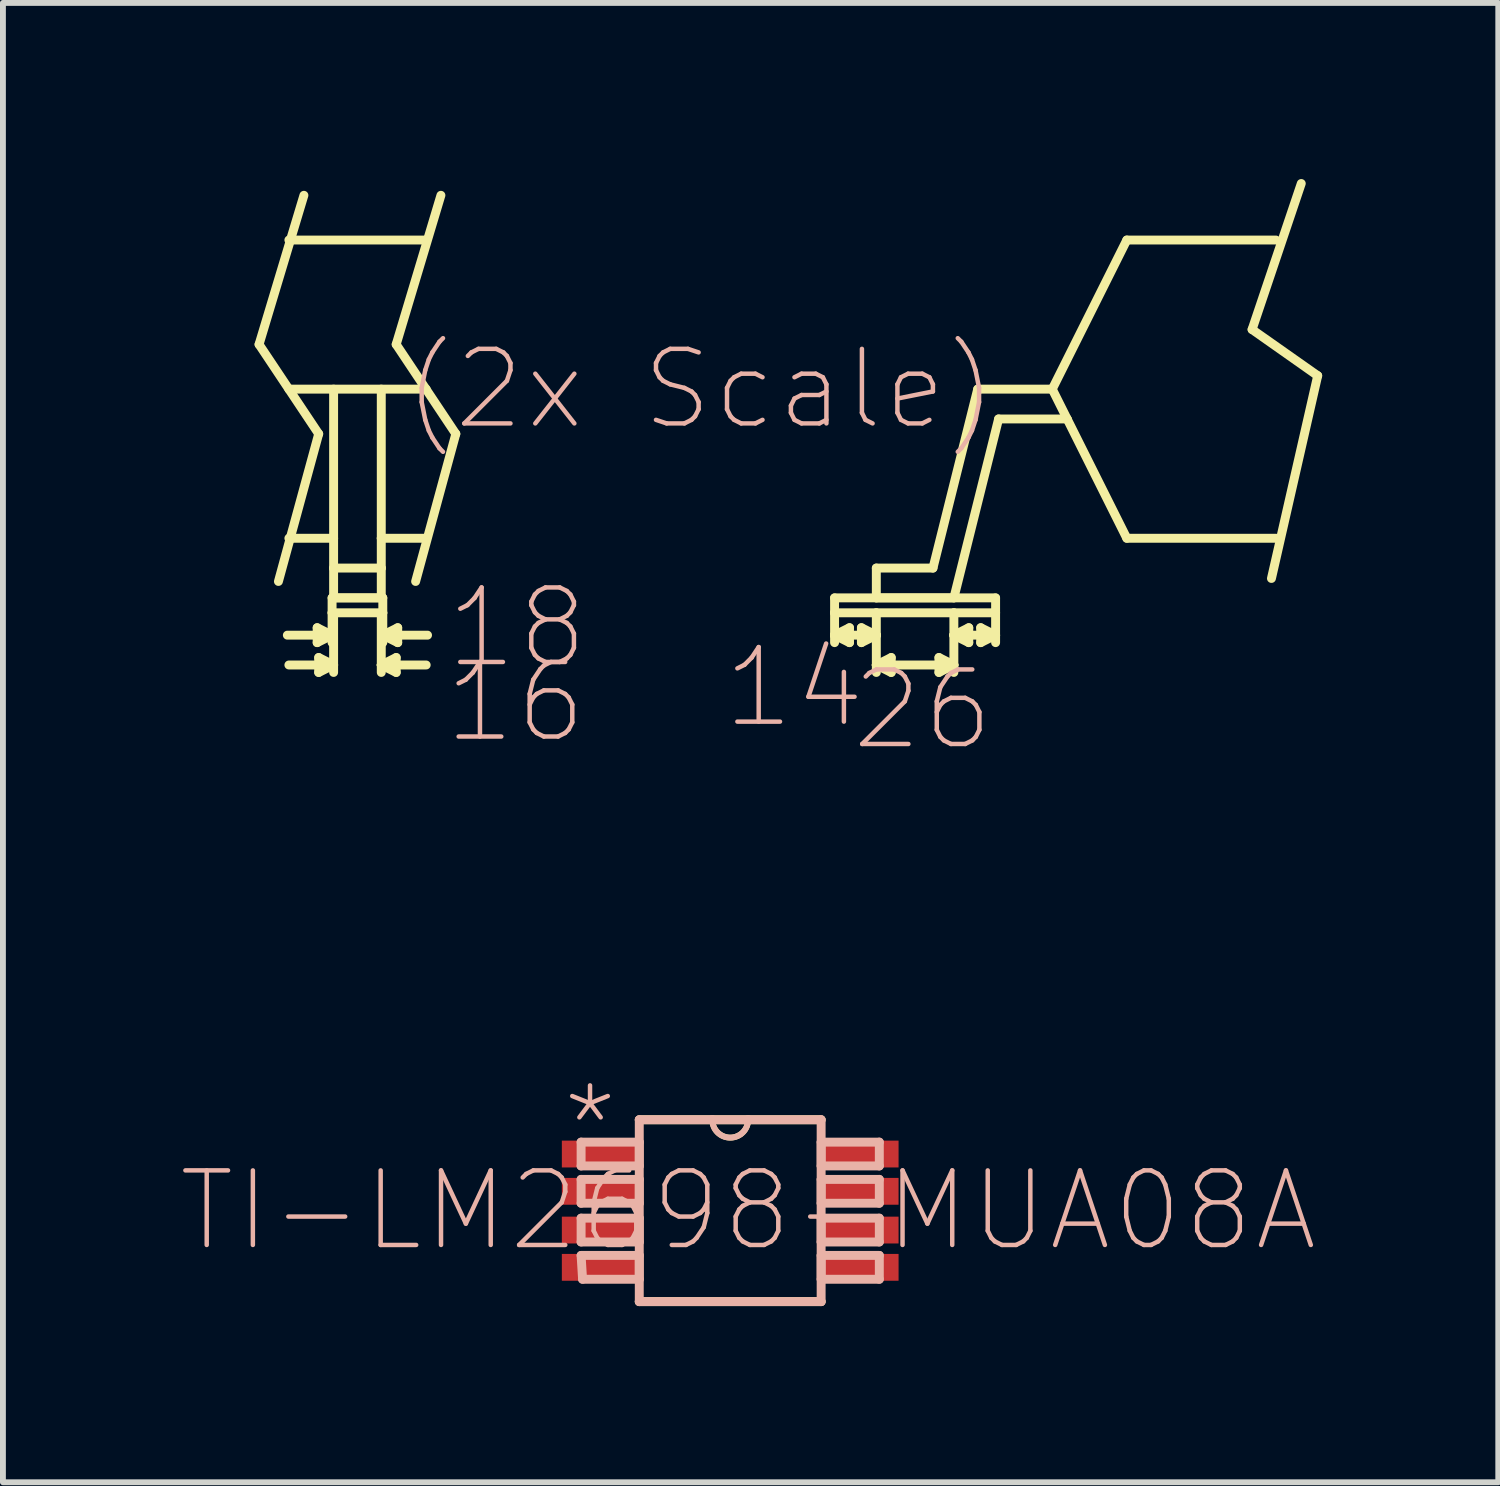
<source format=kicad_pcb>
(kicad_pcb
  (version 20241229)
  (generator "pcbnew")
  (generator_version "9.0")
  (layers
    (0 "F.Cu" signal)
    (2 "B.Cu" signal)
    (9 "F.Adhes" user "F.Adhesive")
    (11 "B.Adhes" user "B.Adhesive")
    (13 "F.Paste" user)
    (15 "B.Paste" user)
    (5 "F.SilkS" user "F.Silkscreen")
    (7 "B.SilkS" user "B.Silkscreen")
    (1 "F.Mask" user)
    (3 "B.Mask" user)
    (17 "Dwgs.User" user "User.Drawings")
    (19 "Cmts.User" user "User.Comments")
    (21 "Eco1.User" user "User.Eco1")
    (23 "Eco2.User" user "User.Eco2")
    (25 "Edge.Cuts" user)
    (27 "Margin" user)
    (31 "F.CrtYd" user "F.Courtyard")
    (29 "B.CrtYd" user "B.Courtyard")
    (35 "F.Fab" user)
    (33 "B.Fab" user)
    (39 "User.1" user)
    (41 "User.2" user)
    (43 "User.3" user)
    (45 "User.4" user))
  (footprint "TI-LM2698-MUA08A"
    (layer "F.Cu")
    (at 9.389 17.574)
    (property "Reference" "TI-LM2698-MUA08A" (at 0.305 0 0) (layer "B.SilkS") (effects (font (size 1.27 1.27) (thickness 0.076))))
    (attr smd)
    (fp_line (start -8.026 -14.757) (end -7.01 -13.233) (stroke (width 0.152) (type solid)) (layer "F.SilkS"))
    (fp_line (start -7.518 -16.535) (end -5.179 -16.535) (stroke (width 0.152) (type solid)) (layer "F.SilkS"))
    (fp_line (start -7.518 -13.995) (end -5.179 -13.995) (stroke (width 0.152) (type solid)) (layer "F.SilkS"))
    (fp_line (start -7.262 -17.297) (end -8.026 -14.757) (stroke (width 0.152) (type solid)) (layer "F.SilkS"))
    (fp_line (start -7.036 -9.931) (end -7.036 -9.677) (stroke (width 0.152) (type solid)) (layer "F.SilkS"))
    (fp_line (start -7.036 -9.677) (end -6.782 -9.804) (stroke (width 0.152) (type solid)) (layer "F.SilkS"))
    (fp_line (start -7.01 -13.233) (end -7.696 -10.719) (stroke (width 0.152) (type solid)) (layer "F.SilkS"))
    (fp_line (start -7.01 -9.423) (end -7.01 -9.169) (stroke (width 0.152) (type solid)) (layer "F.SilkS"))
    (fp_line (start -7.01 -9.169) (end -6.756 -9.296) (stroke (width 0.152) (type solid)) (layer "F.SilkS"))
    (fp_line (start -6.782 -10.439) (end -6.782 -10.185) (stroke (width 0.152) (type solid)) (layer "F.SilkS"))
    (fp_line (start -6.782 -10.439) (end -5.918 -10.439) (stroke (width 0.152) (type solid)) (layer "F.SilkS"))
    (fp_line (start -6.782 -10.185) (end -6.756 -10.185) (stroke (width 0.152) (type solid)) (layer "F.SilkS"))
    (fp_line (start -6.782 -9.804) (end -7.544 -9.804) (stroke (width 0.152) (type solid)) (layer "F.SilkS"))
    (fp_line (start -6.782 -9.804) (end -7.036 -9.931) (stroke (width 0.152) (type solid)) (layer "F.SilkS"))
    (fp_line (start -6.782 -9.804) (end -6.782 -10.185) (stroke (width 0.152) (type solid)) (layer "F.SilkS"))
    (fp_line (start -6.782 -9.677) (end -6.782 -9.804) (stroke (width 0.152) (type solid)) (layer "F.SilkS"))
    (fp_line (start -6.756 -11.455) (end -7.518 -11.455) (stroke (width 0.152) (type solid)) (layer "F.SilkS"))
    (fp_line (start -6.756 -11.455) (end -6.756 -13.995) (stroke (width 0.152) (type solid)) (layer "F.SilkS"))
    (fp_line (start -6.756 -10.947) (end -6.756 -11.455) (stroke (width 0.152) (type solid)) (layer "F.SilkS"))
    (fp_line (start -6.756 -10.947) (end -5.944 -10.947) (stroke (width 0.152) (type solid)) (layer "F.SilkS"))
    (fp_line (start -6.756 -10.439) (end -6.756 -10.947) (stroke (width 0.152) (type solid)) (layer "F.SilkS"))
    (fp_line (start -6.756 -10.439) (end -5.944 -10.439) (stroke (width 0.152) (type solid)) (layer "F.SilkS"))
    (fp_line (start -6.756 -10.185) (end -5.944 -10.185) (stroke (width 0.152) (type solid)) (layer "F.SilkS"))
    (fp_line (start -6.756 -9.296) (end -7.518 -9.296) (stroke (width 0.152) (type solid)) (layer "F.SilkS"))
    (fp_line (start -6.756 -9.296) (end -7.01 -9.423) (stroke (width 0.152) (type solid)) (layer "F.SilkS"))
    (fp_line (start -6.756 -9.296) (end -6.756 -10.185) (stroke (width 0.152) (type solid)) (layer "F.SilkS"))
    (fp_line (start -6.756 -9.169) (end -6.756 -9.296) (stroke (width 0.152) (type solid)) (layer "F.SilkS"))
    (fp_line (start -5.944 -11.455) (end -5.944 -13.995) (stroke (width 0.152) (type solid)) (layer "F.SilkS"))
    (fp_line (start -5.944 -11.455) (end -5.179 -11.455) (stroke (width 0.152) (type solid)) (layer "F.SilkS"))
    (fp_line (start -5.944 -10.947) (end -5.944 -11.455) (stroke (width 0.152) (type solid)) (layer "F.SilkS"))
    (fp_line (start -5.944 -10.439) (end -5.944 -10.947) (stroke (width 0.152) (type solid)) (layer "F.SilkS"))
    (fp_line (start -5.944 -10.185) (end -5.918 -10.185) (stroke (width 0.152) (type solid)) (layer "F.SilkS"))
    (fp_line (start -5.944 -9.296) (end -5.944 -10.185) (stroke (width 0.152) (type solid)) (layer "F.SilkS"))
    (fp_line (start -5.944 -9.296) (end -5.69 -9.423) (stroke (width 0.152) (type solid)) (layer "F.SilkS"))
    (fp_line (start -5.944 -9.296) (end -5.179 -9.296) (stroke (width 0.152) (type solid)) (layer "F.SilkS"))
    (fp_line (start -5.944 -9.169) (end -5.944 -9.296) (stroke (width 0.152) (type solid)) (layer "F.SilkS"))
    (fp_line (start -5.918 -10.439) (end -5.918 -10.185) (stroke (width 0.152) (type solid)) (layer "F.SilkS"))
    (fp_line (start -5.918 -9.804) (end -5.918 -10.185) (stroke (width 0.152) (type solid)) (layer "F.SilkS"))
    (fp_line (start -5.918 -9.804) (end -5.664 -9.931) (stroke (width 0.152) (type solid)) (layer "F.SilkS"))
    (fp_line (start -5.918 -9.804) (end -5.156 -9.804) (stroke (width 0.152) (type solid)) (layer "F.SilkS"))
    (fp_line (start -5.918 -9.677) (end -5.918 -9.804) (stroke (width 0.152) (type solid)) (layer "F.SilkS"))
    (fp_line (start -5.69 -14.757) (end -4.674 -13.233) (stroke (width 0.152) (type solid)) (layer "F.SilkS"))
    (fp_line (start -5.69 -9.423) (end -5.69 -9.169) (stroke (width 0.152) (type solid)) (layer "F.SilkS"))
    (fp_line (start -5.69 -9.169) (end -5.944 -9.296) (stroke (width 0.152) (type solid)) (layer "F.SilkS"))
    (fp_line (start -5.664 -9.931) (end -5.664 -9.677) (stroke (width 0.152) (type solid)) (layer "F.SilkS"))
    (fp_line (start -5.664 -9.677) (end -5.918 -9.804) (stroke (width 0.152) (type solid)) (layer "F.SilkS"))
    (fp_line (start -4.928 -17.297) (end -5.69 -14.757) (stroke (width 0.152) (type solid)) (layer "F.SilkS"))
    (fp_line (start -4.674 -13.233) (end -5.359 -10.719) (stroke (width 0.152) (type solid)) (layer "F.SilkS"))
    (fp_line (start -1.549 1.549) (end 1.549 1.549) (stroke (width 0.152) (type solid)) (layer "F.SilkS"))
    (fp_line (start -0.305 -1.549) (end -1.549 -1.549) (stroke (width 0.152) (type solid)) (layer "F.SilkS"))
    (fp_line (start 0.305 -1.549) (end -0.305 -1.549) (stroke (width 0.152) (type solid)) (layer "F.SilkS"))
    (fp_line (start 1.549 -1.549) (end 0.305 -1.549) (stroke (width 0.152) (type solid)) (layer "F.SilkS"))
    (fp_line (start 1.778 -10.439) (end 1.778 -10.185) (stroke (width 0.152) (type solid)) (layer "F.SilkS"))
    (fp_line (start 1.778 -10.185) (end 1.778 -9.804) (stroke (width 0.152) (type solid)) (layer "F.SilkS"))
    (fp_line (start 1.778 -10.185) (end 2.489 -10.185) (stroke (width 0.152) (type solid)) (layer "F.SilkS"))
    (fp_line (start 1.778 -9.804) (end 1.778 -9.677) (stroke (width 0.152) (type solid)) (layer "F.SilkS"))
    (fp_line (start 1.778 -9.804) (end 2.032 -9.931) (stroke (width 0.152) (type solid)) (layer "F.SilkS"))
    (fp_line (start 1.778 -9.804) (end 2.489 -9.804) (stroke (width 0.152) (type solid)) (layer "F.SilkS"))
    (fp_line (start 2.032 -9.931) (end 2.032 -9.677) (stroke (width 0.152) (type solid)) (layer "F.SilkS"))
    (fp_line (start 2.032 -9.677) (end 1.778 -9.804) (stroke (width 0.152) (type solid)) (layer "F.SilkS"))
    (fp_line (start 2.235 -9.931) (end 2.489 -9.804) (stroke (width 0.152) (type solid)) (layer "F.SilkS"))
    (fp_line (start 2.235 -9.677) (end 2.235 -9.931) (stroke (width 0.152) (type solid)) (layer "F.SilkS"))
    (fp_line (start 2.489 -10.439) (end 2.489 -10.947) (stroke (width 0.152) (type solid)) (layer "F.SilkS"))
    (fp_line (start 2.489 -10.185) (end 2.489 -9.804) (stroke (width 0.152) (type solid)) (layer "F.SilkS"))
    (fp_line (start 2.489 -10.185) (end 3.81 -10.185) (stroke (width 0.152) (type solid)) (layer "F.SilkS"))
    (fp_line (start 2.489 -9.804) (end 2.235 -9.677) (stroke (width 0.152) (type solid)) (layer "F.SilkS"))
    (fp_line (start 2.489 -9.804) (end 2.489 -9.296) (stroke (width 0.152) (type solid)) (layer "F.SilkS"))
    (fp_line (start 2.489 -9.296) (end 2.489 -9.169) (stroke (width 0.152) (type solid)) (layer "F.SilkS"))
    (fp_line (start 2.489 -9.296) (end 2.743 -9.169) (stroke (width 0.152) (type solid)) (layer "F.SilkS"))
    (fp_line (start 2.743 -9.423) (end 2.489 -9.296) (stroke (width 0.152) (type solid)) (layer "F.SilkS"))
    (fp_line (start 2.743 -9.169) (end 2.743 -9.423) (stroke (width 0.152) (type solid)) (layer "F.SilkS"))
    (fp_line (start 3.454 -10.947) (end 2.489 -10.947) (stroke (width 0.152) (type solid)) (layer "F.SilkS"))
    (fp_line (start 3.556 -9.423) (end 3.556 -9.169) (stroke (width 0.152) (type solid)) (layer "F.SilkS"))
    (fp_line (start 3.556 -9.169) (end 3.81 -9.296) (stroke (width 0.152) (type solid)) (layer "F.SilkS"))
    (fp_line (start 3.81 -10.439) (end 2.489 -10.439) (stroke (width 0.152) (type solid)) (layer "F.SilkS"))
    (fp_line (start 3.81 -10.439) (end 4.572 -13.487) (stroke (width 0.152) (type solid)) (layer "F.SilkS"))
    (fp_line (start 3.81 -10.185) (end 3.81 -9.804) (stroke (width 0.152) (type solid)) (layer "F.SilkS"))
    (fp_line (start 3.81 -10.185) (end 4.521 -10.185) (stroke (width 0.152) (type solid)) (layer "F.SilkS"))
    (fp_line (start 3.81 -9.804) (end 3.81 -9.296) (stroke (width 0.152) (type solid)) (layer "F.SilkS"))
    (fp_line (start 3.81 -9.804) (end 4.064 -9.677) (stroke (width 0.152) (type solid)) (layer "F.SilkS"))
    (fp_line (start 3.81 -9.804) (end 4.521 -9.804) (stroke (width 0.152) (type solid)) (layer "F.SilkS"))
    (fp_line (start 3.81 -9.296) (end 2.489 -9.296) (stroke (width 0.152) (type solid)) (layer "F.SilkS"))
    (fp_line (start 3.81 -9.296) (end 3.556 -9.423) (stroke (width 0.152) (type solid)) (layer "F.SilkS"))
    (fp_line (start 3.81 -9.296) (end 3.81 -9.169) (stroke (width 0.152) (type solid)) (layer "F.SilkS"))
    (fp_line (start 4.064 -9.931) (end 3.81 -9.804) (stroke (width 0.152) (type solid)) (layer "F.SilkS"))
    (fp_line (start 4.064 -9.677) (end 4.064 -9.931) (stroke (width 0.152) (type solid)) (layer "F.SilkS"))
    (fp_line (start 4.216 -13.995) (end 3.454 -10.947) (stroke (width 0.152) (type solid)) (layer "F.SilkS"))
    (fp_line (start 4.267 -9.931) (end 4.267 -9.677) (stroke (width 0.152) (type solid)) (layer "F.SilkS"))
    (fp_line (start 4.267 -9.677) (end 4.521 -9.804) (stroke (width 0.152) (type solid)) (layer "F.SilkS"))
    (fp_line (start 4.521 -10.439) (end 1.778 -10.439) (stroke (width 0.152) (type solid)) (layer "F.SilkS"))
    (fp_line (start 4.521 -10.185) (end 4.521 -10.439) (stroke (width 0.152) (type solid)) (layer "F.SilkS"))
    (fp_line (start 4.521 -10.185) (end 4.521 -9.804) (stroke (width 0.152) (type solid)) (layer "F.SilkS"))
    (fp_line (start 4.521 -9.804) (end 4.267 -9.931) (stroke (width 0.152) (type solid)) (layer "F.SilkS"))
    (fp_line (start 4.521 -9.804) (end 4.521 -9.677) (stroke (width 0.152) (type solid)) (layer "F.SilkS"))
    (fp_line (start 4.572 -13.487) (end 5.74 -13.487) (stroke (width 0.152) (type solid)) (layer "F.SilkS"))
    (fp_line (start 5.486 -13.995) (end 4.216 -13.995) (stroke (width 0.152) (type solid)) (layer "F.SilkS"))
    (fp_line (start 5.486 -13.995) (end 5.74 -13.487) (stroke (width 0.152) (type solid)) (layer "F.SilkS"))
    (fp_line (start 5.74 -13.487) (end 6.756 -11.455) (stroke (width 0.152) (type solid)) (layer "F.SilkS"))
    (fp_line (start 6.756 -16.535) (end 5.486 -13.995) (stroke (width 0.152) (type solid)) (layer "F.SilkS"))
    (fp_line (start 6.756 -11.455) (end 9.296 -11.455) (stroke (width 0.152) (type solid)) (layer "F.SilkS"))
    (fp_line (start 8.89 -15.011) (end 9.728 -17.498) (stroke (width 0.152) (type solid)) (layer "F.SilkS"))
    (fp_line (start 9.22 -10.77) (end 10.008 -14.224) (stroke (width 0.152) (type solid)) (layer "F.SilkS"))
    (fp_line (start 9.296 -16.535) (end 6.756 -16.535) (stroke (width 0.152) (type solid)) (layer "F.SilkS"))
    (fp_line (start 10.008 -14.224) (end 8.89 -15.011) (stroke (width 0.152) (type solid)) (layer "F.SilkS"))
    (fp_arc (start 0.3048 -1.5494) (mid 0 -1.2446) (end -0.3048 -1.5494) (stroke (width 0.1) (type solid)) (layer "F.SilkS"))
    (fp_line (start -2.54 -1.168) (end -2.54 -0.762) (stroke (width 0.152) (type solid)) (layer "B.SilkS"))
    (fp_line (start -2.54 -0.762) (end -1.549 -0.762) (stroke (width 0.152) (type solid)) (layer "B.SilkS"))
    (fp_line (start -2.54 -0.533) (end -2.54 -0.127) (stroke (width 0.152) (type solid)) (layer "B.SilkS"))
    (fp_line (start -2.54 -0.127) (end -1.549 -0.127) (stroke (width 0.152) (type solid)) (layer "B.SilkS"))
    (fp_line (start -2.54 0.127) (end -2.54 0.533) (stroke (width 0.152) (type solid)) (layer "B.SilkS"))
    (fp_line (start -2.54 0.533) (end -1.549 0.533) (stroke (width 0.152) (type solid)) (layer "B.SilkS"))
    (fp_line (start -2.54 0.762) (end -2.515 1.168) (stroke (width 0.152) (type solid)) (layer "B.SilkS"))
    (fp_line (start -2.515 1.168) (end -1.549 1.168) (stroke (width 0.152) (type solid)) (layer "B.SilkS"))
    (fp_line (start -1.549 -1.549) (end -1.549 1.549) (stroke (width 0.152) (type solid)) (layer "B.SilkS"))
    (fp_line (start -1.549 -1.168) (end -2.54 -1.168) (stroke (width 0.152) (type solid)) (layer "B.SilkS"))
    (fp_line (start -1.549 -0.762) (end -1.549 -1.168) (stroke (width 0.152) (type solid)) (layer "B.SilkS"))
    (fp_line (start -1.549 -0.533) (end -2.54 -0.533) (stroke (width 0.152) (type solid)) (layer "B.SilkS"))
    (fp_line (start -1.549 -0.127) (end -1.549 -0.533) (stroke (width 0.152) (type solid)) (layer "B.SilkS"))
    (fp_line (start -1.549 0.127) (end -2.54 0.127) (stroke (width 0.152) (type solid)) (layer "B.SilkS"))
    (fp_line (start -1.549 0.533) (end -1.549 0.127) (stroke (width 0.152) (type solid)) (layer "B.SilkS"))
    (fp_line (start -1.549 0.762) (end -2.54 0.762) (stroke (width 0.152) (type solid)) (layer "B.SilkS"))
    (fp_line (start -1.549 1.168) (end -1.549 0.762) (stroke (width 0.152) (type solid)) (layer "B.SilkS"))
    (fp_line (start -1.549 1.549) (end 1.549 1.549) (stroke (width 0.152) (type solid)) (layer "B.SilkS"))
    (fp_line (start -0.305 -1.549) (end -1.549 -1.549) (stroke (width 0.152) (type solid)) (layer "B.SilkS"))
    (fp_line (start 0.305 -1.549) (end -0.305 -1.549) (stroke (width 0.152) (type solid)) (layer "B.SilkS"))
    (fp_line (start 1.549 -1.549) (end 0.305 -1.549) (stroke (width 0.152) (type solid)) (layer "B.SilkS"))
    (fp_line (start 1.549 -1.168) (end 1.549 -0.762) (stroke (width 0.152) (type solid)) (layer "B.SilkS"))
    (fp_line (start 1.549 -0.762) (end 2.54 -0.762) (stroke (width 0.152) (type solid)) (layer "B.SilkS"))
    (fp_line (start 1.549 -0.533) (end 1.549 -0.127) (stroke (width 0.152) (type solid)) (layer "B.SilkS"))
    (fp_line (start 1.549 -0.127) (end 2.54 -0.127) (stroke (width 0.152) (type solid)) (layer "B.SilkS"))
    (fp_line (start 1.549 0.127) (end 1.549 0.533) (stroke (width 0.152) (type solid)) (layer "B.SilkS"))
    (fp_line (start 1.549 0.533) (end 2.54 0.533) (stroke (width 0.152) (type solid)) (layer "B.SilkS"))
    (fp_line (start 1.549 0.762) (end 1.549 1.168) (stroke (width 0.152) (type solid)) (layer "B.SilkS"))
    (fp_line (start 1.549 1.168) (end 2.54 1.168) (stroke (width 0.152) (type solid)) (layer "B.SilkS"))
    (fp_line (start 1.549 1.549) (end 1.549 -1.549) (stroke (width 0.152) (type solid)) (layer "B.SilkS"))
    (fp_line (start 2.54 -1.168) (end 1.549 -1.168) (stroke (width 0.152) (type solid)) (layer "B.SilkS"))
    (fp_line (start 2.54 -0.762) (end 2.54 -1.168) (stroke (width 0.152) (type solid)) (layer "B.SilkS"))
    (fp_line (start 2.54 -0.533) (end 1.549 -0.533) (stroke (width 0.152) (type solid)) (layer "B.SilkS"))
    (fp_line (start 2.54 -0.127) (end 2.54 -0.533) (stroke (width 0.152) (type solid)) (layer "B.SilkS"))
    (fp_line (start 2.54 0.127) (end 1.549 0.127) (stroke (width 0.152) (type solid)) (layer "B.SilkS"))
    (fp_line (start 2.54 0.533) (end 2.54 0.127) (stroke (width 0.152) (type solid)) (layer "B.SilkS"))
    (fp_line (start 2.54 0.762) (end 1.549 0.762) (stroke (width 0.152) (type solid)) (layer "B.SilkS"))
    (fp_line (start 2.54 1.168) (end 2.54 0.762) (stroke (width 0.152) (type solid)) (layer "B.SilkS"))
    (fp_arc (start 0.3048 -1.5494) (mid 0 -1.2446) (end -0.3048 -1.5494) (stroke (width 0.1) (type solid)) (layer "B.SilkS"))
    (fp_text user "14" (at 1.09 -8.915 0) (layer "B.SilkS") (effects (font (size 1.27 1.27) (thickness 0.076))))
    (fp_text user "26" (at 3.277 -8.534 0) (layer "B.SilkS") (effects (font (size 1.27 1.27) (thickness 0.076))))
    (fp_text user "16" (at -3.658 -8.661 0) (layer "B.SilkS") (effects (font (size 1.27 1.27) (thickness 0.076))))
    (fp_text user "18" (at -3.63 -9.931 0) (layer "B.SilkS") (effects (font (size 1.27 1.27) (thickness 0.076))))
    (fp_text user "(2x Scale)" (at -0.508 -13.995 0) (layer "B.SilkS") (effects (font (size 1.27 1.27) (thickness 0.076))))
    (fp_text user "*" (at -2.388 -1.448 0) (layer "B.SilkS") (effects (font (size 1.27 1.27) (thickness 0.076))))
    (pad "1" smd rect (at -2.182 -0.965) (size 1.372 0.457) (layers "F.Cu" "F.Mask" "F.Paste"))
    (pad "2" smd rect (at -2.182 -0.33) (size 1.372 0.457) (layers "F.Cu" "F.Mask" "F.Paste"))
    (pad "3" smd rect (at -2.182 0.33) (size 1.372 0.457) (layers "F.Cu" "F.Mask" "F.Paste"))
    (pad "4" smd rect (at -2.182 0.965) (size 1.372 0.457) (layers "F.Cu" "F.Mask" "F.Paste"))
    (pad "5" smd rect (at 2.182 0.965) (size 1.372 0.457) (layers "F.Cu" "F.Mask" "F.Paste"))
    (pad "6" smd rect (at 2.182 0.33) (size 1.372 0.457) (layers "F.Cu" "F.Mask" "F.Paste"))
    (pad "7" smd rect (at 2.182 -0.33) (size 1.372 0.457) (layers "F.Cu" "F.Mask" "F.Paste"))
    (pad "8" smd rect (at 2.182 -0.965) (size 1.372 0.457) (layers "F.Cu" "F.Mask" "F.Paste")))
  (gr_rect
    (start -3 -3)
    (end 22.473 22.2)
    (stroke (width 0.1) (type default))
    (fill no)
    (layer "Edge.Cuts")))
</source>
